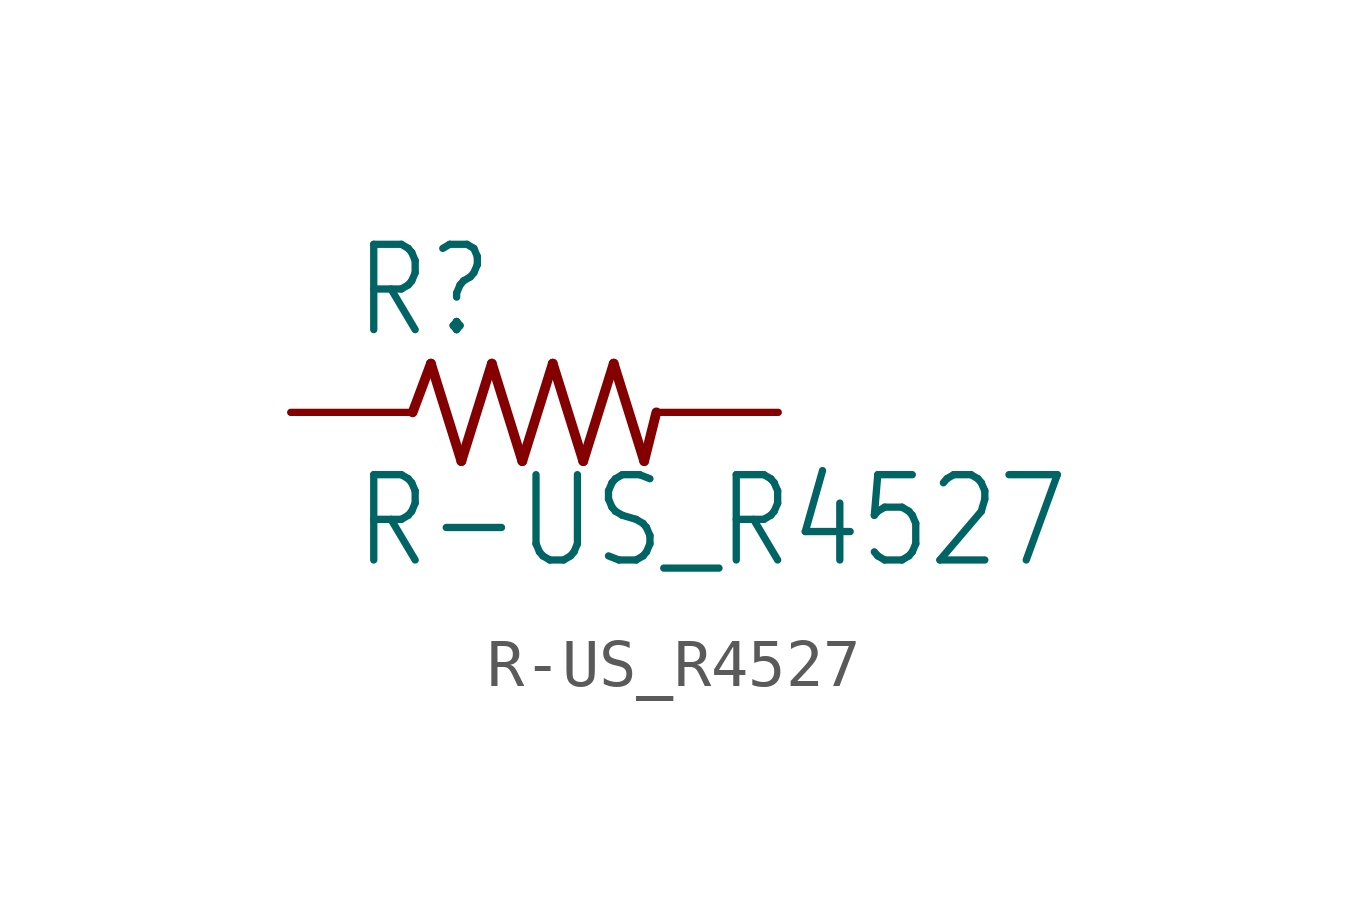
<source format=kicad_sym>
(kicad_symbol_lib
  (version 20201005)
  (generator kicad_symbol_editor)
  (symbol "R-US_R4527"
    (property "Reference" "R"
      (at -3.81 1.499 0)
      (effects (font (size 1.778 1.511)) (justify left bottom)))
    (property "Value" "R-US_R4527"
      (at -3.81 -3.302 0)
      (effects (font (size 1.778 1.511)) (justify left bottom)))
    (property "ki_locked" ""
      (at 0 0 0)
      (effects (font (size 1.27 1.27))))
    (symbol "R-US_R4527_1_0"
      (polyline (pts (xy -2.54 0) (xy -2.159 1.016)) (stroke (width 0.203)) (fill (type none)))
      (polyline (pts (xy -2.159 1.016) (xy -1.524 -1.016)) (stroke (width 0.203)) (fill (type none)))
      (polyline (pts (xy -1.524 -1.016) (xy -0.889 1.016)) (stroke (width 0.203)) (fill (type none)))
      (polyline (pts (xy -0.889 1.016) (xy -0.254 -1.016)) (stroke (width 0.203)) (fill (type none)))
      (polyline (pts (xy -0.254 -1.016) (xy 0.381 1.016)) (stroke (width 0.203)) (fill (type none)))
      (polyline (pts (xy 0.381 1.016) (xy 1.016 -1.016)) (stroke (width 0.203)) (fill (type none)))
      (polyline (pts (xy 1.016 -1.016) (xy 1.651 1.016)) (stroke (width 0.203)) (fill (type none)))
      (polyline (pts (xy 1.651 1.016) (xy 2.286 -1.016)) (stroke (width 0.203)) (fill (type none)))
      (polyline (pts (xy 2.286 -1.016) (xy 2.54 0)) (stroke (width 0.203)) (fill (type none)))
      (pin passive line (at 5.08 0 180) (length 2.54) (name "2" (effects (font (size 0 0)))) (number "2" (effects (font (size 0 0)))))
      (pin passive line (at -5.08 0 0) (length 2.54) (name "1" (effects (font (size 0 0)))) (number "1" (effects (font (size 0 0))))))))
</source>
